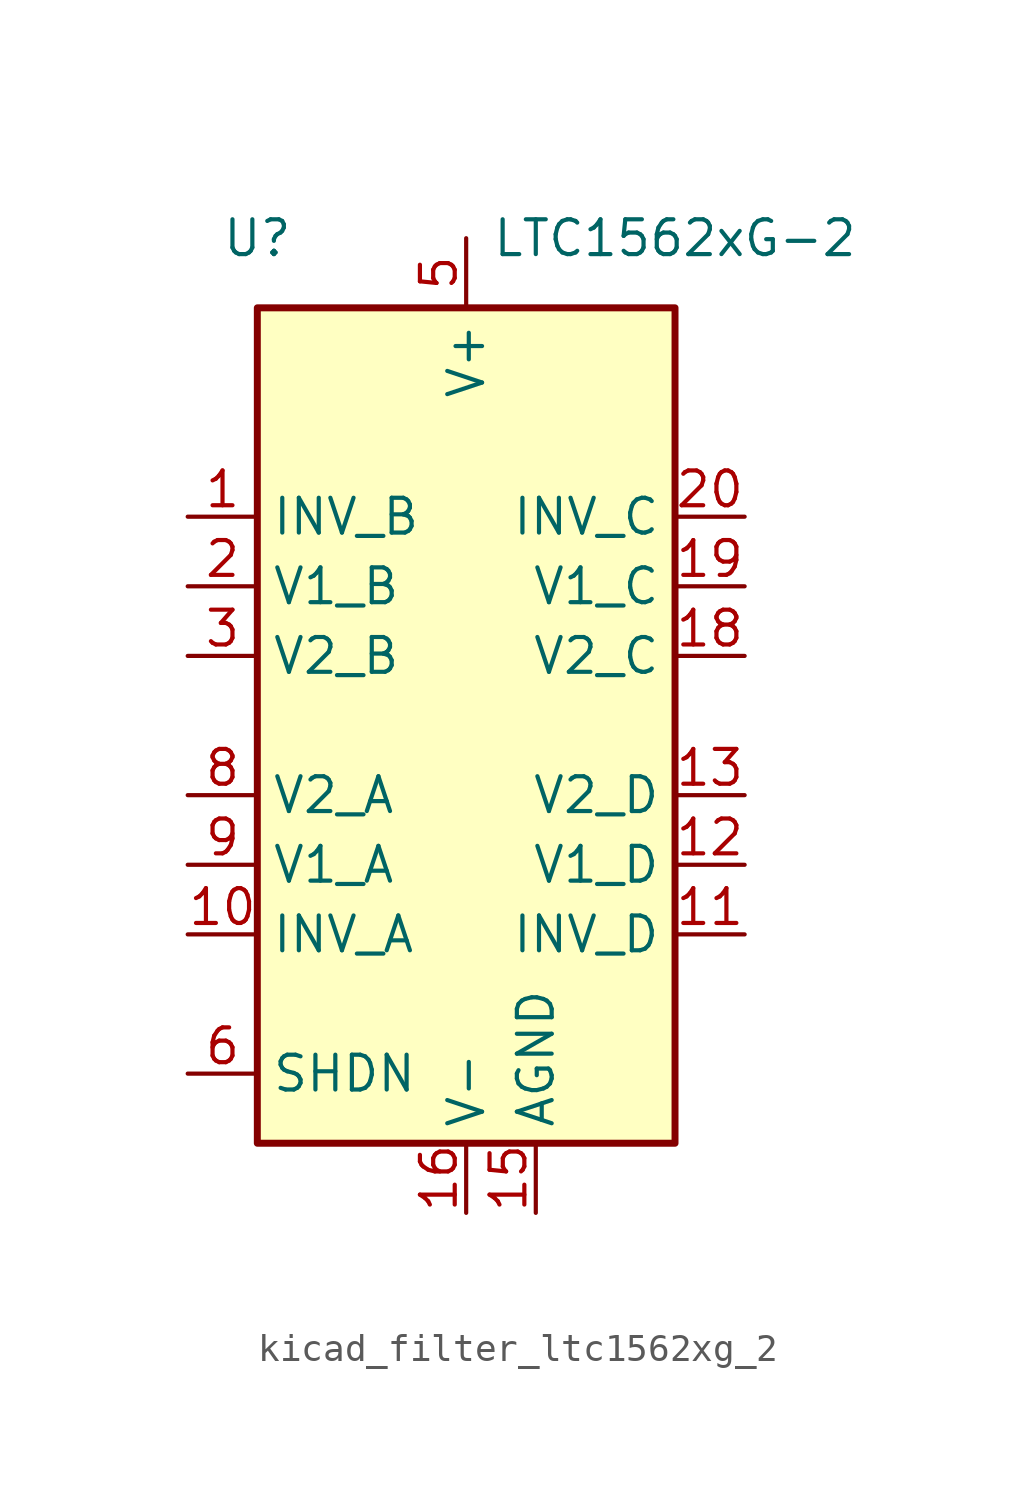
<source format=kicad_sym>
(kicad_symbol_lib
  (version 20220914)
  (generator kicad_symbol_editor)
  (symbol "kicad_filter_ltc1562xg_2"
    (property "Reference" "U"
      (at -7.62 17.78 0)
      (effects (font (size 1.27 1.27))))
    (property "Value" "LTC1562xG-2"
      (at 7.62 17.78 0)
      (effects (font (size 1.27 1.27))))
    (symbol "kicad_filter_ltc1562xg_2_0_1"
      (rectangle (start -7.62 15.24) (end 7.62 -15.24) (stroke (width 0.254) (type default)) (fill (type background))))
    (symbol "kicad_filter_ltc1562xg_2_1_1"
      (pin input line (at -10.16 7.62 0) (length 2.54) (name "INV_B" (effects (font (size 1.27 1.27)))) (number "1" (effects (font (size 1.27 1.27)))))
      (pin input line (at -10.16 -7.62 0) (length 2.54) (name "INV_A" (effects (font (size 1.27 1.27)))) (number "10" (effects (font (size 1.27 1.27)))))
      (pin input line (at 10.16 -7.62 180) (length 2.54) (name "INV_D" (effects (font (size 1.27 1.27)))) (number "11" (effects (font (size 1.27 1.27)))))
      (pin output line (at 10.16 -5.08 180) (length 2.54) (name "V1_D" (effects (font (size 1.27 1.27)))) (number "12" (effects (font (size 1.27 1.27)))))
      (pin output line (at 10.16 -2.54 180) (length 2.54) (name "V2_D" (effects (font (size 1.27 1.27)))) (number "13" (effects (font (size 1.27 1.27)))))
      (pin passive line (at 0 -17.78 90) (length 2.54) hide (name "V-" (effects (font (size 1.27 1.27)))) (number "14" (effects (font (size 1.27 1.27)))))
      (pin power_in line (at 2.54 -17.78 90) (length 2.54) (name "AGND" (effects (font (size 1.27 1.27)))) (number "15" (effects (font (size 1.27 1.27)))))
      (pin power_in line (at 0 -17.78 90) (length 2.54) (name "V-" (effects (font (size 1.27 1.27)))) (number "16" (effects (font (size 1.27 1.27)))))
      (pin passive line (at 0 -17.78 90) (length 2.54) hide (name "V-" (effects (font (size 1.27 1.27)))) (number "17" (effects (font (size 1.27 1.27)))))
      (pin output line (at 10.16 2.54 180) (length 2.54) (name "V2_C" (effects (font (size 1.27 1.27)))) (number "18" (effects (font (size 1.27 1.27)))))
      (pin output line (at 10.16 5.08 180) (length 2.54) (name "V1_C" (effects (font (size 1.27 1.27)))) (number "19" (effects (font (size 1.27 1.27)))))
      (pin output line (at -10.16 5.08 0) (length 2.54) (name "V1_B" (effects (font (size 1.27 1.27)))) (number "2" (effects (font (size 1.27 1.27)))))
      (pin input line (at 10.16 7.62 180) (length 2.54) (name "INV_C" (effects (font (size 1.27 1.27)))) (number "20" (effects (font (size 1.27 1.27)))))
      (pin output line (at -10.16 2.54 0) (length 2.54) (name "V2_B" (effects (font (size 1.27 1.27)))) (number "3" (effects (font (size 1.27 1.27)))))
      (pin passive line (at 0 -17.78 90) (length 2.54) hide (name "V-" (effects (font (size 1.27 1.27)))) (number "4" (effects (font (size 1.27 1.27)))))
      (pin power_in line (at 0 17.78 270) (length 2.54) (name "V+" (effects (font (size 1.27 1.27)))) (number "5" (effects (font (size 1.27 1.27)))))
      (pin input line (at -10.16 -12.7 0) (length 2.54) (name "SHDN" (effects (font (size 1.27 1.27)))) (number "6" (effects (font (size 1.27 1.27)))))
      (pin passive line (at 0 -17.78 90) (length 2.54) hide (name "V-" (effects (font (size 1.27 1.27)))) (number "7" (effects (font (size 1.27 1.27)))))
      (pin output line (at -10.16 -2.54 0) (length 2.54) (name "V2_A" (effects (font (size 1.27 1.27)))) (number "8" (effects (font (size 1.27 1.27)))))
      (pin output line (at -10.16 -5.08 0) (length 2.54) (name "V1_A" (effects (font (size 1.27 1.27)))) (number "9" (effects (font (size 1.27 1.27))))))))
</source>
